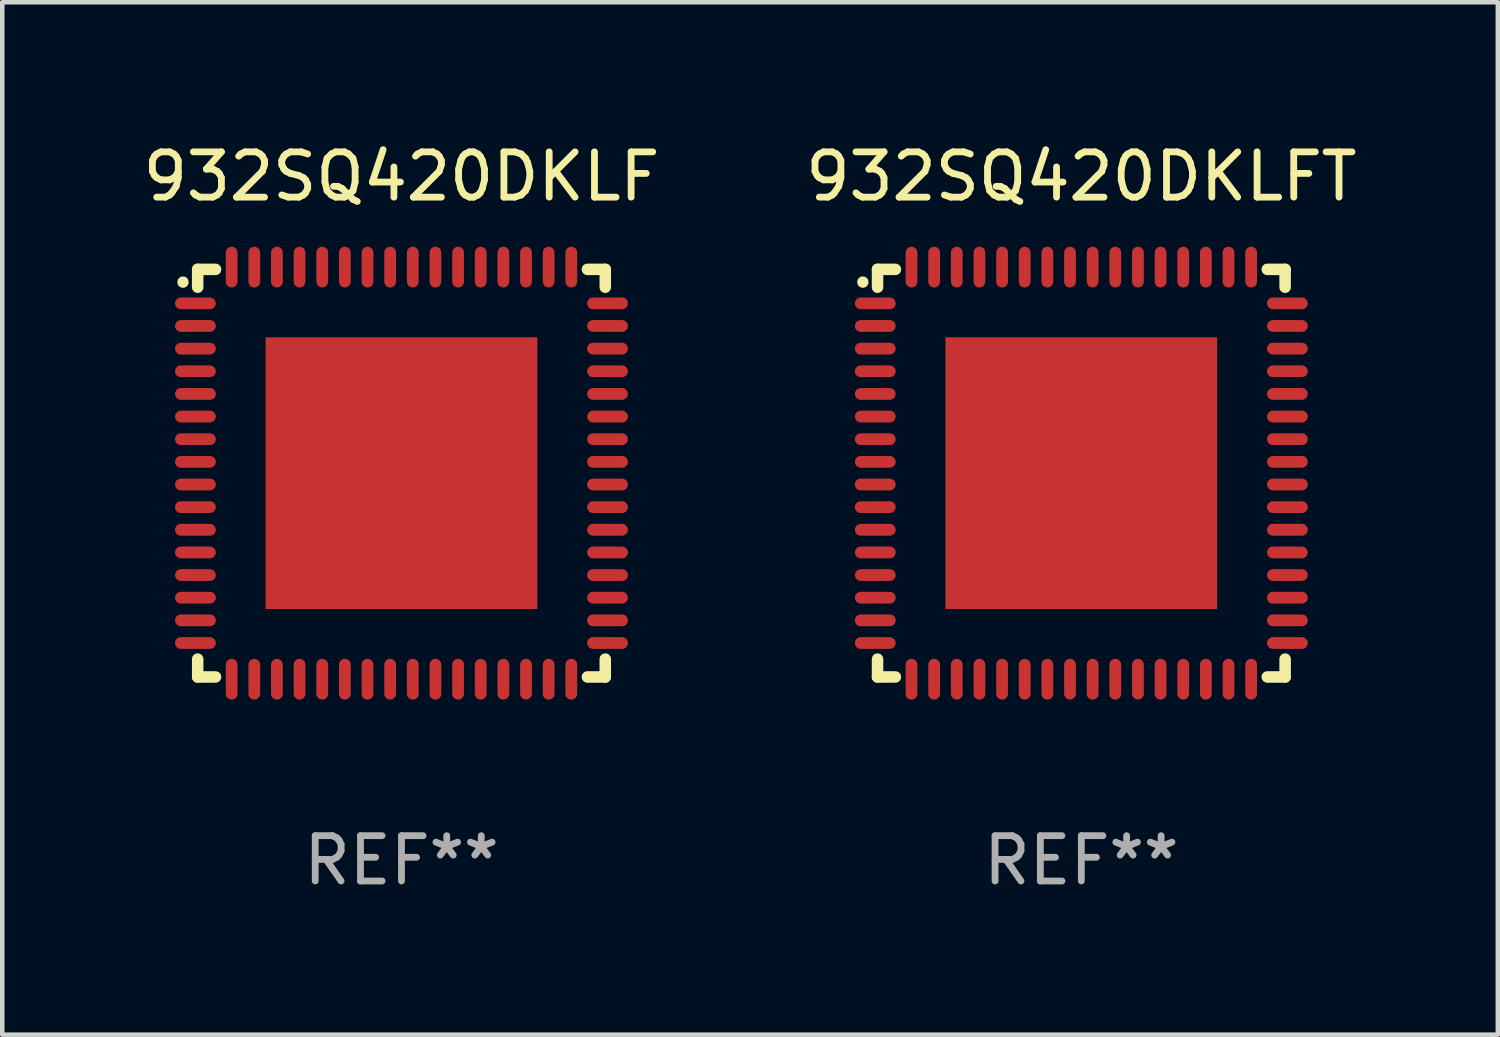
<source format=kicad_pcb>
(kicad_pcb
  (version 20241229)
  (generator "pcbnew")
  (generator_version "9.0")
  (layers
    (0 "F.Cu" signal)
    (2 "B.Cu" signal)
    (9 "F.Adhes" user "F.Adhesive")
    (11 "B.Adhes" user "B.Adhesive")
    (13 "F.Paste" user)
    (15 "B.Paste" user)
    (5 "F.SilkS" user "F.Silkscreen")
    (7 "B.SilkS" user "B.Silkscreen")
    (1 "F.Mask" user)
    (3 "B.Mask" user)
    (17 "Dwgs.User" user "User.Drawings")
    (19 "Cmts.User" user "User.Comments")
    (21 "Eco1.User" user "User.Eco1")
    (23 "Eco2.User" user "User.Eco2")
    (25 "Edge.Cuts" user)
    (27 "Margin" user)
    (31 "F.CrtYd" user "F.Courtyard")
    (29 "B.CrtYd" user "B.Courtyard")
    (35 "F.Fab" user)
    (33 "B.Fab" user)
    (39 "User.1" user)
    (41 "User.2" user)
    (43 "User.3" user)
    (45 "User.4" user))
  (footprint "932SQ420DKLFT"
    (layer "F.Cu")
    (at 20.827 7.398)
    (property "Reference" "932SQ420DKLFT" (at 0 -6.55 0) (layer "F.SilkS") (effects (font (size 1 1) (thickness 0.15))))
    (attr through_hole)
    (fp_line (start -4.5 -4.5) (end -4.106 -4.5) (stroke (width 0.254) (type solid)) (layer "F.SilkS"))
    (fp_line (start -4.5 -4.106) (end -4.5 -4.5) (stroke (width 0.254) (type solid)) (layer "F.SilkS"))
    (fp_line (start -4.5 4.5) (end -4.5 4.106) (stroke (width 0.254) (type solid)) (layer "F.SilkS"))
    (fp_line (start -4.106 4.5) (end -4.5 4.5) (stroke (width 0.254) (type solid)) (layer "F.SilkS"))
    (fp_line (start 4.106 -4.5) (end 4.5 -4.5) (stroke (width 0.254) (type solid)) (layer "F.SilkS"))
    (fp_line (start 4.5 -4.5) (end 4.5 -4.106) (stroke (width 0.254) (type solid)) (layer "F.SilkS"))
    (fp_line (start 4.5 4.106) (end 4.5 4.5) (stroke (width 0.254) (type solid)) (layer "F.SilkS"))
    (fp_line (start 4.5 4.5) (end 4.106 4.5) (stroke (width 0.254) (type solid)) (layer "F.SilkS"))
    (fp_arc (start -4.824308 -4.217501) (mid -4.824314 -4.218771) (end -4.824308 -4.220041) (stroke (width 0.24892) (type solid)) (layer "F.SilkS"))
    (fp_text user "REF**" (at 0 8.55 0) (layer "F.Fab") (effects (font (size 1 1) (thickness 0.15))))
    (pad "1" smd oval (at -4.55 -3.75) (size 0.9 0.26) (layers "F.Cu" "F.Mask" "F.Paste"))
    (pad "2" smd oval (at -4.55 -3.25) (size 0.9 0.26) (layers "F.Cu" "F.Mask" "F.Paste"))
    (pad "3" smd oval (at -4.55 -2.75) (size 0.9 0.26) (layers "F.Cu" "F.Mask" "F.Paste"))
    (pad "4" smd oval (at -4.55 -2.25) (size 0.9 0.26) (layers "F.Cu" "F.Mask" "F.Paste"))
    (pad "5" smd oval (at -4.55 -1.75) (size 0.9 0.26) (layers "F.Cu" "F.Mask" "F.Paste"))
    (pad "6" smd oval (at -4.55 -1.25) (size 0.9 0.26) (layers "F.Cu" "F.Mask" "F.Paste"))
    (pad "7" smd oval (at -4.55 -0.75) (size 0.9 0.26) (layers "F.Cu" "F.Mask" "F.Paste"))
    (pad "8" smd oval (at -4.55 -0.25) (size 0.9 0.26) (layers "F.Cu" "F.Mask" "F.Paste"))
    (pad "9" smd oval (at -4.55 0.25) (size 0.9 0.26) (layers "F.Cu" "F.Mask" "F.Paste"))
    (pad "10" smd oval (at -4.55 0.75) (size 0.9 0.26) (layers "F.Cu" "F.Mask" "F.Paste"))
    (pad "11" smd oval (at -4.55 1.25) (size 0.9 0.26) (layers "F.Cu" "F.Mask" "F.Paste"))
    (pad "12" smd oval (at -4.55 1.75) (size 0.9 0.26) (layers "F.Cu" "F.Mask" "F.Paste"))
    (pad "13" smd oval (at -4.55 2.25) (size 0.9 0.26) (layers "F.Cu" "F.Mask" "F.Paste"))
    (pad "14" smd oval (at -4.55 2.75) (size 0.9 0.26) (layers "F.Cu" "F.Mask" "F.Paste"))
    (pad "15" smd oval (at -4.55 3.25) (size 0.9 0.26) (layers "F.Cu" "F.Mask" "F.Paste"))
    (pad "16" smd oval (at -4.55 3.75) (size 0.9 0.26) (layers "F.Cu" "F.Mask" "F.Paste"))
    (pad "17" smd oval (at -3.75 4.55) (size 0.26 0.9) (layers "F.Cu" "F.Mask" "F.Paste"))
    (pad "18" smd oval (at -3.25 4.55) (size 0.26 0.9) (layers "F.Cu" "F.Mask" "F.Paste"))
    (pad "19" smd oval (at -2.75 4.55) (size 0.26 0.9) (layers "F.Cu" "F.Mask" "F.Paste"))
    (pad "20" smd oval (at -2.25 4.55) (size 0.26 0.9) (layers "F.Cu" "F.Mask" "F.Paste"))
    (pad "21" smd oval (at -1.75 4.55) (size 0.26 0.9) (layers "F.Cu" "F.Mask" "F.Paste"))
    (pad "22" smd oval (at -1.25 4.55) (size 0.26 0.9) (layers "F.Cu" "F.Mask" "F.Paste"))
    (pad "23" smd oval (at -0.75 4.55) (size 0.26 0.9) (layers "F.Cu" "F.Mask" "F.Paste"))
    (pad "24" smd oval (at -0.25 4.55) (size 0.26 0.9) (layers "F.Cu" "F.Mask" "F.Paste"))
    (pad "25" smd oval (at 0.25 4.55) (size 0.26 0.9) (layers "F.Cu" "F.Mask" "F.Paste"))
    (pad "26" smd oval (at 0.75 4.55) (size 0.26 0.9) (layers "F.Cu" "F.Mask" "F.Paste"))
    (pad "27" smd oval (at 1.25 4.55) (size 0.26 0.9) (layers "F.Cu" "F.Mask" "F.Paste"))
    (pad "28" smd oval (at 1.75 4.55) (size 0.26 0.9) (layers "F.Cu" "F.Mask" "F.Paste"))
    (pad "29" smd oval (at 2.25 4.55) (size 0.26 0.9) (layers "F.Cu" "F.Mask" "F.Paste"))
    (pad "30" smd oval (at 2.75 4.55) (size 0.26 0.9) (layers "F.Cu" "F.Mask" "F.Paste"))
    (pad "31" smd oval (at 3.25 4.55) (size 0.26 0.9) (layers "F.Cu" "F.Mask" "F.Paste"))
    (pad "32" smd oval (at 3.75 4.55) (size 0.26 0.9) (layers "F.Cu" "F.Mask" "F.Paste"))
    (pad "33" smd oval (at 4.55 3.75) (size 0.9 0.26) (layers "F.Cu" "F.Mask" "F.Paste"))
    (pad "34" smd oval (at 4.55 3.25) (size 0.9 0.26) (layers "F.Cu" "F.Mask" "F.Paste"))
    (pad "35" smd oval (at 4.55 2.75) (size 0.9 0.26) (layers "F.Cu" "F.Mask" "F.Paste"))
    (pad "36" smd oval (at 4.55 2.25) (size 0.9 0.26) (layers "F.Cu" "F.Mask" "F.Paste"))
    (pad "37" smd oval (at 4.55 1.75) (size 0.9 0.26) (layers "F.Cu" "F.Mask" "F.Paste"))
    (pad "38" smd oval (at 4.55 1.25) (size 0.9 0.26) (layers "F.Cu" "F.Mask" "F.Paste"))
    (pad "39" smd oval (at 4.55 0.75) (size 0.9 0.26) (layers "F.Cu" "F.Mask" "F.Paste"))
    (pad "40" smd oval (at 4.55 0.25) (size 0.9 0.26) (layers "F.Cu" "F.Mask" "F.Paste"))
    (pad "41" smd oval (at 4.55 -0.25) (size 0.9 0.26) (layers "F.Cu" "F.Mask" "F.Paste"))
    (pad "42" smd oval (at 4.55 -0.75) (size 0.9 0.26) (layers "F.Cu" "F.Mask" "F.Paste"))
    (pad "43" smd oval (at 4.55 -1.25) (size 0.9 0.26) (layers "F.Cu" "F.Mask" "F.Paste"))
    (pad "44" smd oval (at 4.55 -1.75) (size 0.9 0.26) (layers "F.Cu" "F.Mask" "F.Paste"))
    (pad "45" smd oval (at 4.55 -2.25) (size 0.9 0.26) (layers "F.Cu" "F.Mask" "F.Paste"))
    (pad "46" smd oval (at 4.55 -2.75) (size 0.9 0.26) (layers "F.Cu" "F.Mask" "F.Paste"))
    (pad "47" smd oval (at 4.55 -3.25) (size 0.9 0.26) (layers "F.Cu" "F.Mask" "F.Paste"))
    (pad "48" smd oval (at 4.55 -3.75) (size 0.9 0.26) (layers "F.Cu" "F.Mask" "F.Paste"))
    (pad "49" smd oval (at 3.75 -4.55) (size 0.26 0.9) (layers "F.Cu" "F.Mask" "F.Paste"))
    (pad "50" smd oval (at 3.25 -4.55) (size 0.26 0.9) (layers "F.Cu" "F.Mask" "F.Paste"))
    (pad "51" smd oval (at 2.75 -4.55) (size 0.26 0.9) (layers "F.Cu" "F.Mask" "F.Paste"))
    (pad "52" smd oval (at 2.25 -4.55) (size 0.26 0.9) (layers "F.Cu" "F.Mask" "F.Paste"))
    (pad "53" smd oval (at 1.75 -4.55) (size 0.26 0.9) (layers "F.Cu" "F.Mask" "F.Paste"))
    (pad "54" smd oval (at 1.25 -4.55) (size 0.26 0.9) (layers "F.Cu" "F.Mask" "F.Paste"))
    (pad "55" smd oval (at 0.75 -4.55) (size 0.26 0.9) (layers "F.Cu" "F.Mask" "F.Paste"))
    (pad "56" smd oval (at 0.25 -4.55) (size 0.26 0.9) (layers "F.Cu" "F.Mask" "F.Paste"))
    (pad "57" smd oval (at -0.25 -4.55) (size 0.26 0.9) (layers "F.Cu" "F.Mask" "F.Paste"))
    (pad "58" smd oval (at -0.75 -4.55) (size 0.26 0.9) (layers "F.Cu" "F.Mask" "F.Paste"))
    (pad "59" smd oval (at -1.25 -4.55) (size 0.26 0.9) (layers "F.Cu" "F.Mask" "F.Paste"))
    (pad "60" smd oval (at -1.75 -4.55) (size 0.26 0.9) (layers "F.Cu" "F.Mask" "F.Paste"))
    (pad "61" smd oval (at -2.25 -4.55) (size 0.26 0.9) (layers "F.Cu" "F.Mask" "F.Paste"))
    (pad "62" smd oval (at -2.75 -4.55) (size 0.26 0.9) (layers "F.Cu" "F.Mask" "F.Paste"))
    (pad "63" smd oval (at -3.25 -4.55) (size 0.26 0.9) (layers "F.Cu" "F.Mask" "F.Paste"))
    (pad "64" smd oval (at -3.75 -4.55) (size 0.26 0.9) (layers "F.Cu" "F.Mask" "F.Paste"))
    (pad "65" smd rect (at 0 0.000381) (size 6 6) (layers "F.Cu" "F.Mask" "F.Paste")))
  (footprint "932SQ420DKLF"
    (layer "F.Cu")
    (at 5.815 7.398)
    (property "Reference" "932SQ420DKLF" (at 0 -6.55 0) (layer "F.SilkS") (effects (font (size 1 1) (thickness 0.15))))
    (attr through_hole)
    (fp_line (start -4.5 -4.5) (end -4.106 -4.5) (stroke (width 0.254) (type solid)) (layer "F.SilkS"))
    (fp_line (start -4.5 -4.106) (end -4.5 -4.5) (stroke (width 0.254) (type solid)) (layer "F.SilkS"))
    (fp_line (start -4.5 4.5) (end -4.5 4.106) (stroke (width 0.254) (type solid)) (layer "F.SilkS"))
    (fp_line (start -4.106 4.5) (end -4.5 4.5) (stroke (width 0.254) (type solid)) (layer "F.SilkS"))
    (fp_line (start 4.106 -4.5) (end 4.5 -4.5) (stroke (width 0.254) (type solid)) (layer "F.SilkS"))
    (fp_line (start 4.5 -4.5) (end 4.5 -4.106) (stroke (width 0.254) (type solid)) (layer "F.SilkS"))
    (fp_line (start 4.5 4.106) (end 4.5 4.5) (stroke (width 0.254) (type solid)) (layer "F.SilkS"))
    (fp_line (start 4.5 4.5) (end 4.106 4.5) (stroke (width 0.254) (type solid)) (layer "F.SilkS"))
    (fp_arc (start -4.824308 -4.217501) (mid -4.824314 -4.218771) (end -4.824308 -4.220041) (stroke (width 0.24892) (type solid)) (layer "F.SilkS"))
    (fp_text user "REF**" (at 0 8.55 0) (layer "F.Fab") (effects (font (size 1 1) (thickness 0.15))))
    (pad "1" smd oval (at -4.55 -3.75) (size 0.9 0.26) (layers "F.Cu" "F.Mask" "F.Paste"))
    (pad "2" smd oval (at -4.55 -3.25) (size 0.9 0.26) (layers "F.Cu" "F.Mask" "F.Paste"))
    (pad "3" smd oval (at -4.55 -2.75) (size 0.9 0.26) (layers "F.Cu" "F.Mask" "F.Paste"))
    (pad "4" smd oval (at -4.55 -2.25) (size 0.9 0.26) (layers "F.Cu" "F.Mask" "F.Paste"))
    (pad "5" smd oval (at -4.55 -1.75) (size 0.9 0.26) (layers "F.Cu" "F.Mask" "F.Paste"))
    (pad "6" smd oval (at -4.55 -1.25) (size 0.9 0.26) (layers "F.Cu" "F.Mask" "F.Paste"))
    (pad "7" smd oval (at -4.55 -0.75) (size 0.9 0.26) (layers "F.Cu" "F.Mask" "F.Paste"))
    (pad "8" smd oval (at -4.55 -0.25) (size 0.9 0.26) (layers "F.Cu" "F.Mask" "F.Paste"))
    (pad "9" smd oval (at -4.55 0.25) (size 0.9 0.26) (layers "F.Cu" "F.Mask" "F.Paste"))
    (pad "10" smd oval (at -4.55 0.75) (size 0.9 0.26) (layers "F.Cu" "F.Mask" "F.Paste"))
    (pad "11" smd oval (at -4.55 1.25) (size 0.9 0.26) (layers "F.Cu" "F.Mask" "F.Paste"))
    (pad "12" smd oval (at -4.55 1.75) (size 0.9 0.26) (layers "F.Cu" "F.Mask" "F.Paste"))
    (pad "13" smd oval (at -4.55 2.25) (size 0.9 0.26) (layers "F.Cu" "F.Mask" "F.Paste"))
    (pad "14" smd oval (at -4.55 2.75) (size 0.9 0.26) (layers "F.Cu" "F.Mask" "F.Paste"))
    (pad "15" smd oval (at -4.55 3.25) (size 0.9 0.26) (layers "F.Cu" "F.Mask" "F.Paste"))
    (pad "16" smd oval (at -4.55 3.75) (size 0.9 0.26) (layers "F.Cu" "F.Mask" "F.Paste"))
    (pad "17" smd oval (at -3.75 4.55) (size 0.26 0.9) (layers "F.Cu" "F.Mask" "F.Paste"))
    (pad "18" smd oval (at -3.25 4.55) (size 0.26 0.9) (layers "F.Cu" "F.Mask" "F.Paste"))
    (pad "19" smd oval (at -2.75 4.55) (size 0.26 0.9) (layers "F.Cu" "F.Mask" "F.Paste"))
    (pad "20" smd oval (at -2.25 4.55) (size 0.26 0.9) (layers "F.Cu" "F.Mask" "F.Paste"))
    (pad "21" smd oval (at -1.75 4.55) (size 0.26 0.9) (layers "F.Cu" "F.Mask" "F.Paste"))
    (pad "22" smd oval (at -1.25 4.55) (size 0.26 0.9) (layers "F.Cu" "F.Mask" "F.Paste"))
    (pad "23" smd oval (at -0.75 4.55) (size 0.26 0.9) (layers "F.Cu" "F.Mask" "F.Paste"))
    (pad "24" smd oval (at -0.25 4.55) (size 0.26 0.9) (layers "F.Cu" "F.Mask" "F.Paste"))
    (pad "25" smd oval (at 0.25 4.55) (size 0.26 0.9) (layers "F.Cu" "F.Mask" "F.Paste"))
    (pad "26" smd oval (at 0.75 4.55) (size 0.26 0.9) (layers "F.Cu" "F.Mask" "F.Paste"))
    (pad "27" smd oval (at 1.25 4.55) (size 0.26 0.9) (layers "F.Cu" "F.Mask" "F.Paste"))
    (pad "28" smd oval (at 1.75 4.55) (size 0.26 0.9) (layers "F.Cu" "F.Mask" "F.Paste"))
    (pad "29" smd oval (at 2.25 4.55) (size 0.26 0.9) (layers "F.Cu" "F.Mask" "F.Paste"))
    (pad "30" smd oval (at 2.75 4.55) (size 0.26 0.9) (layers "F.Cu" "F.Mask" "F.Paste"))
    (pad "31" smd oval (at 3.25 4.55) (size 0.26 0.9) (layers "F.Cu" "F.Mask" "F.Paste"))
    (pad "32" smd oval (at 3.75 4.55) (size 0.26 0.9) (layers "F.Cu" "F.Mask" "F.Paste"))
    (pad "33" smd oval (at 4.55 3.75) (size 0.9 0.26) (layers "F.Cu" "F.Mask" "F.Paste"))
    (pad "34" smd oval (at 4.55 3.25) (size 0.9 0.26) (layers "F.Cu" "F.Mask" "F.Paste"))
    (pad "35" smd oval (at 4.55 2.75) (size 0.9 0.26) (layers "F.Cu" "F.Mask" "F.Paste"))
    (pad "36" smd oval (at 4.55 2.25) (size 0.9 0.26) (layers "F.Cu" "F.Mask" "F.Paste"))
    (pad "37" smd oval (at 4.55 1.75) (size 0.9 0.26) (layers "F.Cu" "F.Mask" "F.Paste"))
    (pad "38" smd oval (at 4.55 1.25) (size 0.9 0.26) (layers "F.Cu" "F.Mask" "F.Paste"))
    (pad "39" smd oval (at 4.55 0.75) (size 0.9 0.26) (layers "F.Cu" "F.Mask" "F.Paste"))
    (pad "40" smd oval (at 4.55 0.25) (size 0.9 0.26) (layers "F.Cu" "F.Mask" "F.Paste"))
    (pad "41" smd oval (at 4.55 -0.25) (size 0.9 0.26) (layers "F.Cu" "F.Mask" "F.Paste"))
    (pad "42" smd oval (at 4.55 -0.75) (size 0.9 0.26) (layers "F.Cu" "F.Mask" "F.Paste"))
    (pad "43" smd oval (at 4.55 -1.25) (size 0.9 0.26) (layers "F.Cu" "F.Mask" "F.Paste"))
    (pad "44" smd oval (at 4.55 -1.75) (size 0.9 0.26) (layers "F.Cu" "F.Mask" "F.Paste"))
    (pad "45" smd oval (at 4.55 -2.25) (size 0.9 0.26) (layers "F.Cu" "F.Mask" "F.Paste"))
    (pad "46" smd oval (at 4.55 -2.75) (size 0.9 0.26) (layers "F.Cu" "F.Mask" "F.Paste"))
    (pad "47" smd oval (at 4.55 -3.25) (size 0.9 0.26) (layers "F.Cu" "F.Mask" "F.Paste"))
    (pad "48" smd oval (at 4.55 -3.75) (size 0.9 0.26) (layers "F.Cu" "F.Mask" "F.Paste"))
    (pad "49" smd oval (at 3.75 -4.55) (size 0.26 0.9) (layers "F.Cu" "F.Mask" "F.Paste"))
    (pad "50" smd oval (at 3.25 -4.55) (size 0.26 0.9) (layers "F.Cu" "F.Mask" "F.Paste"))
    (pad "51" smd oval (at 2.75 -4.55) (size 0.26 0.9) (layers "F.Cu" "F.Mask" "F.Paste"))
    (pad "52" smd oval (at 2.25 -4.55) (size 0.26 0.9) (layers "F.Cu" "F.Mask" "F.Paste"))
    (pad "53" smd oval (at 1.75 -4.55) (size 0.26 0.9) (layers "F.Cu" "F.Mask" "F.Paste"))
    (pad "54" smd oval (at 1.25 -4.55) (size 0.26 0.9) (layers "F.Cu" "F.Mask" "F.Paste"))
    (pad "55" smd oval (at 0.75 -4.55) (size 0.26 0.9) (layers "F.Cu" "F.Mask" "F.Paste"))
    (pad "56" smd oval (at 0.25 -4.55) (size 0.26 0.9) (layers "F.Cu" "F.Mask" "F.Paste"))
    (pad "57" smd oval (at -0.25 -4.55) (size 0.26 0.9) (layers "F.Cu" "F.Mask" "F.Paste"))
    (pad "58" smd oval (at -0.75 -4.55) (size 0.26 0.9) (layers "F.Cu" "F.Mask" "F.Paste"))
    (pad "59" smd oval (at -1.25 -4.55) (size 0.26 0.9) (layers "F.Cu" "F.Mask" "F.Paste"))
    (pad "60" smd oval (at -1.75 -4.55) (size 0.26 0.9) (layers "F.Cu" "F.Mask" "F.Paste"))
    (pad "61" smd oval (at -2.25 -4.55) (size 0.26 0.9) (layers "F.Cu" "F.Mask" "F.Paste"))
    (pad "62" smd oval (at -2.75 -4.55) (size 0.26 0.9) (layers "F.Cu" "F.Mask" "F.Paste"))
    (pad "63" smd oval (at -3.25 -4.55) (size 0.26 0.9) (layers "F.Cu" "F.Mask" "F.Paste"))
    (pad "64" smd oval (at -3.75 -4.55) (size 0.26 0.9) (layers "F.Cu" "F.Mask" "F.Paste"))
    (pad "65" smd rect (at 0 0.000381) (size 6 6) (layers "F.Cu" "F.Mask" "F.Paste")))
  (gr_rect
    (start -3 -3)
    (end 30.024 19.797)
    (stroke (width 0.1) (type default))
    (fill no)
    (layer "Edge.Cuts")))
</source>
